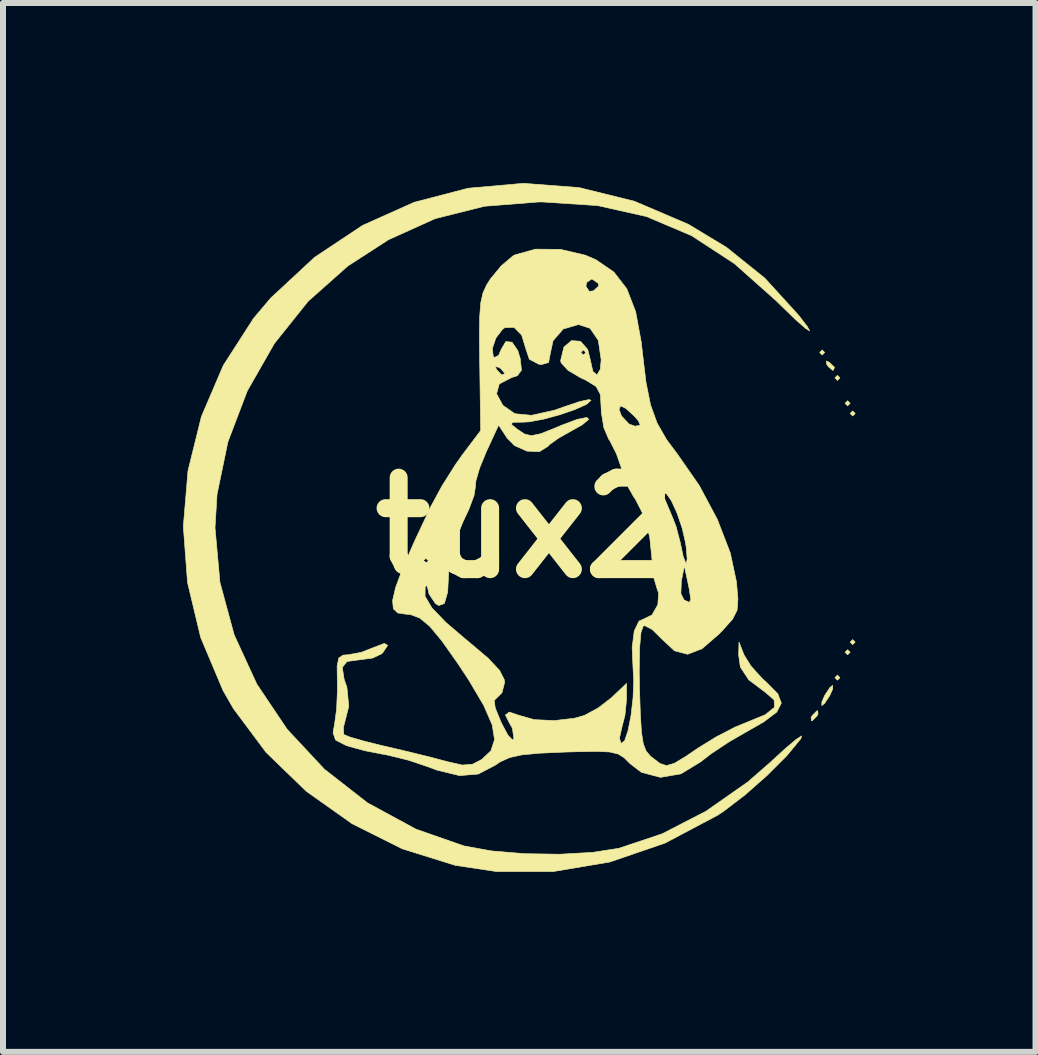
<source format=kicad_pcb>
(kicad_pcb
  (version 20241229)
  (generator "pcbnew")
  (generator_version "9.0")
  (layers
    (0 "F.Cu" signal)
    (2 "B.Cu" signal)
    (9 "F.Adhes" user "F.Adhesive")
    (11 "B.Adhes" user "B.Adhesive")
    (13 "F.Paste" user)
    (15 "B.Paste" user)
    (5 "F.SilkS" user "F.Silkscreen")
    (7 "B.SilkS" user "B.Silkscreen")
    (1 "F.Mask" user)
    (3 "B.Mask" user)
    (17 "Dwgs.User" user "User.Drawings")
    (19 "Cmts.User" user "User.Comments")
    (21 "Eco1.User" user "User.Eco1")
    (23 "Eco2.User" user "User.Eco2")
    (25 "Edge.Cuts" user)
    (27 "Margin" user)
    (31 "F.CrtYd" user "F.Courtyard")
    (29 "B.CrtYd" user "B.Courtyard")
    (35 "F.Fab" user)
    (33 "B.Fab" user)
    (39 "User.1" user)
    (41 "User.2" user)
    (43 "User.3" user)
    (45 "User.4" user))
  (footprint "tux2"
    (layer "F.Cu")
    (at 5.698 5.745)
    (property "Reference" "tux2" (at 0 0 0) (layer "F.SilkS") (effects (font (size 1.524 1.524) (thickness 0.3))))
    (attr through_hole)
    (fp_poly (pts (xy 4.995 -2.921) (xy 4.953 -2.879) (xy 4.911 -2.921) (xy 4.953 -2.963) (xy 4.995 -2.921)) (stroke (width 0.01) (type solid)) (fill yes) (layer "F.SilkS"))
    (fp_poly (pts (xy 5.249 -2.498) (xy 5.207 -2.455) (xy 5.165 -2.498) (xy 5.207 -2.54) (xy 5.249 -2.498)) (stroke (width 0.01) (type solid)) (fill yes) (layer "F.SilkS"))
    (fp_poly (pts (xy 5.249 2.498) (xy 5.207 2.54) (xy 5.165 2.498) (xy 5.207 2.455) (xy 5.249 2.498)) (stroke (width 0.01) (type solid)) (fill yes) (layer "F.SilkS"))
    (fp_poly (pts (xy 5.419 -2.074) (xy 5.376 -2.032) (xy 5.334 -2.074) (xy 5.376 -2.117) (xy 5.419 -2.074)) (stroke (width 0.01) (type solid)) (fill yes) (layer "F.SilkS"))
    (fp_poly (pts (xy 5.419 2.074) (xy 5.376 2.117) (xy 5.334 2.074) (xy 5.376 2.032) (xy 5.419 2.074)) (stroke (width 0.01) (type solid)) (fill yes) (layer "F.SilkS"))
    (fp_poly (pts (xy 5.503 -1.905) (xy 5.461 -1.863) (xy 5.419 -1.905) (xy 5.461 -1.947) (xy 5.503 -1.905)) (stroke (width 0.01) (type solid)) (fill yes) (layer "F.SilkS"))
    (fp_poly (pts (xy 5.503 1.905) (xy 5.461 1.947) (xy 5.419 1.905) (xy 5.461 1.863) (xy 5.503 1.905)) (stroke (width 0.01) (type solid)) (fill yes) (layer "F.SilkS"))
    (fp_poly (pts (xy 5.067 -2.76) (xy 5.158 -2.675) (xy 5.139 -2.625) (xy 5.127 -2.625) (xy 5.056 -2.685) (xy 5.03 -2.722) (xy 5.02 -2.78) (xy 5.067 -2.76)) (stroke (width 0.01) (type solid)) (fill yes) (layer "F.SilkS"))
    (fp_poly (pts (xy 4.884 3.103) (xy 4.868 3.133) (xy 4.789 3.214) (xy 4.774 3.217) (xy 4.768 3.163) (xy 4.784 3.133) (xy 4.863 3.052) (xy 4.878 3.048) (xy 4.884 3.103)) (stroke (width 0.01) (type solid)) (fill yes) (layer "F.SilkS"))
    (fp_poly (pts (xy 5.128 2.687) (xy 5.08 2.794) (xy 4.993 2.927) (xy 4.947 2.963) (xy 4.948 2.901) (xy 4.995 2.794) (xy 5.083 2.661) (xy 5.128 2.625) (xy 5.128 2.687)) (stroke (width 0.01) (type solid)) (fill yes) (layer "F.SilkS"))
    (fp_poly (pts (xy 0.903 -5.669) (xy 1.825 -5.441) (xy 2.723 -5.057) (xy 3.356 -4.675) (xy 3.997 -4.16) (xy 4.566 -3.535) (xy 4.707 -3.35) (xy 4.744 -3.281) (xy 4.677 -3.322) (xy 4.517 -3.462) (xy 4.281 -3.69) (xy 4.191 -3.779) (xy 3.49 -4.402) (xy 2.778 -4.867) (xy 2.027 -5.186) (xy 1.211 -5.369) (xy 0.302 -5.429) (xy 0.223 -5.429) (xy -0.674 -5.358) (xy -1.496 -5.152) (xy -2.275 -4.8) (xy -2.952 -4.362) (xy -3.613 -3.775) (xy -4.176 -3.071) (xy -4.627 -2.281) (xy -4.95 -1.433) (xy -5.131 -0.559) (xy -5.165 0) (xy -5.083 0.909) (xy -4.846 1.784) (xy -4.468 2.606) (xy -3.963 3.358) (xy -3.343 4.023) (xy -2.624 4.584) (xy -1.817 5.022) (xy -1.016 5.302) (xy -0.558 5.385) (xy -0.005 5.431) (xy 0.58 5.44) (xy 1.129 5.409) (xy 1.566 5.341) (xy 2.288 5.099) (xy 3.019 4.722) (xy 3.716 4.234) (xy 4.087 3.91) (xy 4.339 3.679) (xy 4.519 3.527) (xy 4.61 3.468) (xy 4.597 3.514) (xy 4.596 3.516) (xy 4.362 3.8) (xy 4.036 4.126) (xy 3.669 4.45) (xy 3.312 4.723) (xy 3.211 4.79) (xy 2.333 5.255) (xy 1.412 5.57) (xy 0.468 5.729) (xy -0.478 5.728) (xy -1.163 5.625) (xy -2.044 5.35) (xy -2.88 4.932) (xy -3.645 4.39) (xy -4.313 3.744) (xy -4.858 3.013) (xy -5.031 2.712) (xy -5.403 1.83) (xy -5.623 0.912) (xy -5.693 -0.022) (xy -5.615 -0.951) (xy -5.392 -1.852) (xy -5.027 -2.705) (xy -4.523 -3.489) (xy -4.237 -3.828) (xy -3.506 -4.507) (xy -2.704 -5.04) (xy -1.847 -5.424) (xy -0.949 -5.658) (xy -0.027 -5.74) (xy 0.903 -5.669)) (stroke (width 0.01) (type solid)) (fill yes) (layer "F.SilkS"))
    (fp_poly (pts (xy 0.589 -4.64) (xy 1.005 -4.543) (xy 1.184 -4.466) (xy 1.481 -4.262) (xy 1.697 -3.983) (xy 1.845 -3.6) (xy 1.939 -3.087) (xy 1.956 -2.934) (xy 2.016 -2.43) (xy 2.092 -2.05) (xy 2.202 -1.745) (xy 2.36 -1.469) (xy 2.54 -1.228) (xy 2.904 -0.705) (xy 3.206 -0.14) (xy 3.421 0.418) (xy 3.524 0.899) (xy 3.549 1.187) (xy 3.535 1.373) (xy 3.46 1.522) (xy 3.302 1.7) (xy 3.238 1.767) (xy 2.953 2.014) (xy 2.711 2.108) (xy 2.492 2.05) (xy 2.278 1.851) (xy 2.122 1.696) (xy 1.997 1.631) (xy 1.971 1.637) (xy 1.933 1.746) (xy 1.91 2.005) (xy 1.904 2.396) (xy 1.909 2.685) (xy 1.923 3.115) (xy 1.942 3.409) (xy 1.972 3.6) (xy 2.019 3.721) (xy 2.091 3.805) (xy 2.12 3.829) (xy 2.251 3.928) (xy 2.359 3.963) (xy 2.489 3.925) (xy 2.685 3.807) (xy 2.88 3.674) (xy 3.186 3.485) (xy 3.505 3.32) (xy 3.689 3.245) (xy 4.005 3.115) (xy 4.158 2.992) (xy 4.152 2.868) (xy 4.006 2.742) (xy 3.728 2.532) (xy 3.589 2.32) (xy 3.561 2.122) (xy 3.567 1.905) (xy 3.65 2.117) (xy 3.765 2.303) (xy 3.956 2.515) (xy 4.031 2.582) (xy 4.214 2.767) (xy 4.272 2.922) (xy 4.196 3.071) (xy 3.976 3.237) (xy 3.713 3.387) (xy 3.398 3.569) (xy 3.101 3.766) (xy 2.924 3.903) (xy 2.598 4.101) (xy 2.257 4.159) (xy 1.94 4.075) (xy 1.75 3.929) (xy 1.652 3.831) (xy 1.551 3.769) (xy 1.41 3.736) (xy 1.191 3.726) (xy 0.857 3.732) (xy 0.653 3.738) (xy 0.234 3.757) (xy -0.057 3.785) (xy -0.258 3.83) (xy -0.41 3.899) (xy -0.498 3.958) (xy -0.779 4.104) (xy -1.09 4.13) (xy -1.471 4.037) (xy -1.609 3.985) (xy -1.938 3.874) (xy -2.286 3.788) (xy -2.371 3.773) (xy -2.667 3.715) (xy -2.935 3.642) (xy -2.992 3.622) (xy -3.156 3.537) (xy -3.198 3.417) (xy -3.172 3.267) (xy -3.139 3.025) (xy -3.125 2.711) (xy -3.127 2.561) (xy -3.13 2.302) (xy -3.103 2.17) (xy -3.031 2.122) (xy -2.947 2.116) (xy -2.728 2.076) (xy -2.519 1.994) (xy -2.343 1.927) (xy -2.288 1.959) (xy -2.369 2.081) (xy -2.388 2.1) (xy -2.539 2.171) (xy -2.762 2.201) (xy -2.769 2.201) (xy -2.966 2.228) (xy -3.044 2.327) (xy -3.013 2.527) (xy -2.967 2.658) (xy -2.936 2.974) (xy -2.976 3.134) (xy -3.025 3.327) (xy -3.02 3.443) (xy -3.017 3.446) (xy -2.915 3.488) (xy -2.692 3.552) (xy -2.39 3.628) (xy -2.308 3.646) (xy -1.937 3.734) (xy -1.578 3.822) (xy -1.306 3.894) (xy -1.292 3.898) (xy -1.043 3.954) (xy -0.873 3.94) (xy -0.72 3.861) (xy -0.567 3.716) (xy -0.507 3.53) (xy -0.546 3.284) (xy -0.687 2.96) (xy -0.935 2.54) (xy -1.123 2.255) (xy -1.383 1.887) (xy -1.584 1.644) (xy -1.751 1.505) (xy -1.908 1.446) (xy -1.99 1.439) (xy -2.119 1.42) (xy -2.193 1.35) (xy -2.206 1.213) (xy -2.189 1.141) (xy -1.665 1.141) (xy -1.552 1.333) (xy -1.315 1.58) (xy -0.942 1.897) (xy -0.93 1.906) (xy -0.612 2.175) (xy -0.423 2.377) (xy -0.344 2.532) (xy -0.339 2.577) (xy -0.383 2.749) (xy -0.455 2.82) (xy -0.512 2.877) (xy -0.495 3.003) (xy -0.4 3.235) (xy -0.391 3.255) (xy -0.283 3.458) (xy -0.207 3.536) (xy -0.184 3.512) (xy -0.21 3.338) (xy -0.259 3.254) (xy -0.326 3.12) (xy -0.262 3.071) (xy -0.097 3.126) (xy 0.153 3.197) (xy 0.486 3.213) (xy 0.823 3.174) (xy 0.989 3.127) (xy 1.217 3.005) (xy 1.446 2.829) (xy 1.46 2.815) (xy 1.693 2.593) (xy 1.693 2.857) (xy 1.666 3.126) (xy 1.612 3.336) (xy 1.575 3.507) (xy 1.601 3.593) (xy 1.66 3.551) (xy 1.717 3.383) (xy 1.767 3.131) (xy 1.801 2.838) (xy 1.813 2.548) (xy 1.802 2.355) (xy 1.786 1.997) (xy 1.821 1.72) (xy 1.901 1.555) (xy 1.971 1.524) (xy 2.118 1.452) (xy 2.214 1.282) (xy 2.227 1.098) (xy 2.598 1.098) (xy 2.651 1.202) (xy 2.737 1.243) (xy 2.764 1.198) (xy 2.74 1.034) (xy 2.719 0.931) (xy 2.656 0.635) (xy 2.606 0.889) (xy 2.598 1.098) (xy 2.227 1.098) (xy 2.227 1.087) (xy 2.203 1.02) (xy 2.146 0.829) (xy 2.117 0.571) (xy 2.117 0.526) (xy 2.079 0.155) (xy 1.979 -0.205) (xy 1.838 -0.48) (xy 1.816 -0.508) (xy 1.781 -0.571) (xy 2.321 -0.571) (xy 2.33 -0.479) (xy 2.403 -0.305) (xy 2.412 -0.288) (xy 2.516 -0.029) (xy 2.592 0.262) (xy 2.594 0.275) (xy 2.637 0.479) (xy 2.68 0.587) (xy 2.689 0.593) (xy 2.703 0.519) (xy 2.688 0.332) (xy 2.675 0.245) (xy 2.619 0.002) (xy 2.534 -0.245) (xy 2.441 -0.449) (xy 2.36 -0.565) (xy 2.321 -0.571) (xy 1.781 -0.571) (xy 1.725 -0.669) (xy 1.634 -0.91) (xy 1.615 -0.974) (xy 1.524 -1.234) (xy 1.417 -1.446) (xy 1.396 -1.477) (xy 1.315 -1.666) (xy 1.272 -1.928) (xy 1.271 -1.971) (xy 1.568 -1.971) (xy 1.609 -1.863) (xy 1.736 -1.728) (xy 1.836 -1.693) (xy 1.921 -1.709) (xy 1.891 -1.781) (xy 1.82 -1.863) (xy 1.681 -1.989) (xy 1.593 -2.032) (xy 1.568 -1.971) (xy 1.271 -1.971) (xy 1.27 -1.993) (xy 1.257 -2.22) (xy 1.187 -2.353) (xy 1.018 -2.458) (xy 0.931 -2.498) (xy 0.718 -2.623) (xy 0.603 -2.749) (xy 0.594 -2.786) (xy 0.627 -2.921) (xy 0.931 -2.921) (xy 0.974 -2.879) (xy 1.016 -2.921) (xy 0.974 -2.963) (xy 0.931 -2.921) (xy 0.627 -2.921) (xy 0.649 -3.011) (xy 0.776 -3.119) (xy 0.924 -3.108) (xy 1.045 -2.973) (xy 1.085 -2.814) (xy 1.132 -2.606) (xy 1.2 -2.547) (xy 1.255 -2.64) (xy 1.27 -2.8) (xy 1.222 -3.123) (xy 1.085 -3.324) (xy 0.892 -3.387) (xy 0.637 -3.312) (xy 0.468 -3.117) (xy 0.423 -2.909) (xy 0.394 -2.754) (xy 0.277 -2.72) (xy 0.233 -2.725) (xy 0.073 -2.808) (xy 0.016 -2.978) (xy -0.055 -3.211) (xy -0.182 -3.34) (xy -0.333 -3.336) (xy -0.372 -3.31) (xy -0.485 -3.162) (xy -0.544 -2.986) (xy -0.528 -2.855) (xy -0.51 -2.837) (xy -0.439 -2.872) (xy -0.396 -2.973) (xy -0.318 -3.104) (xy -0.215 -3.092) (xy -0.119 -2.952) (xy -0.078 -2.815) (xy -0.058 -2.626) (xy -0.125 -2.536) (xy -0.227 -2.501) (xy -0.428 -2.397) (xy -0.473 -2.233) (xy -0.368 -2.04) (xy -0.168 -1.901) (xy 0.111 -1.874) (xy 0.491 -1.959) (xy 0.676 -2.024) (xy 0.91 -2.103) (xy 1.064 -2.136) (xy 1.101 -2.125) (xy 1.026 -2.057) (xy 0.835 -1.971) (xy 0.579 -1.883) (xy 0.306 -1.809) (xy 0.066 -1.765) (xy -0.032 -1.76) (xy -0.205 -1.758) (xy -0.228 -1.725) (xy -0.132 -1.645) (xy -0.006 -1.562) (xy 0.108 -1.535) (xy 0.261 -1.567) (xy 0.504 -1.663) (xy 0.601 -1.705) (xy 0.873 -1.807) (xy 1.032 -1.839) (xy 1.062 -1.806) (xy 0.953 -1.715) (xy 0.776 -1.616) (xy 0.557 -1.492) (xy 0.409 -1.386) (xy 0.382 -1.356) (xy 0.241 -1.269) (xy 0.035 -1.277) (xy -0.172 -1.369) (xy -0.294 -1.49) (xy -0.439 -1.711) (xy -0.646 -1.263) (xy -0.755 -0.997) (xy -0.818 -0.779) (xy -0.826 -0.683) (xy -0.848 -0.54) (xy -0.934 -0.308) (xy -1.034 -0.097) (xy -1.215 0.355) (xy -1.27 0.721) (xy -1.288 1.072) (xy -1.343 1.262) (xy -1.437 1.296) (xy -1.492 1.262) (xy -1.598 1.105) (xy -1.615 1.027) (xy -1.638 0.955) (xy -1.663 0.99) (xy -1.665 1.141) (xy -2.189 1.141) (xy -2.155 0.993) (xy -2.069 0.762) (xy -1.778 0.762) (xy -1.747 0.832) (xy -1.722 0.818) (xy -1.711 0.718) (xy -1.722 0.706) (xy -1.772 0.717) (xy -1.778 0.762) (xy -2.069 0.762) (xy -2.037 0.674) (xy -1.983 0.55) (xy -1.693 0.55) (xy -1.651 0.593) (xy -1.609 0.55) (xy -1.651 0.508) (xy -1.693 0.55) (xy -1.983 0.55) (xy -1.847 0.239) (xy -1.581 -0.328) (xy -1.566 -0.36) (xy -1.554 -0.381) (xy -1.355 -0.381) (xy -1.312 -0.339) (xy -1.27 -0.381) (xy -1.312 -0.423) (xy -1.355 -0.381) (xy -1.554 -0.381) (xy -1.384 -0.695) (xy -1.16 -1.051) (xy -1.046 -1.212) (xy -0.738 -1.62) (xy -0.753 -2.685) (xy -0.494 -2.685) (xy -0.474 -2.638) (xy -0.389 -2.547) (xy -0.339 -2.566) (xy -0.339 -2.577) (xy -0.399 -2.649) (xy -0.436 -2.675) (xy -0.494 -2.685) (xy -0.753 -2.685) (xy -0.754 -2.739) (xy -0.759 -3.199) (xy -0.754 -3.525) (xy -0.736 -3.752) (xy -0.7 -3.912) (xy -0.649 -4.024) (xy 1.016 -4.024) (xy 1.072 -3.939) (xy 1.143 -3.949) (xy 1.228 -4.028) (xy 1.222 -4.073) (xy 1.115 -4.147) (xy 1.028 -4.089) (xy 1.016 -4.024) (xy -0.649 -4.024) (xy -0.641 -4.043) (xy -0.573 -4.15) (xy -0.394 -4.366) (xy -0.203 -4.528) (xy -0.167 -4.548) (xy 0.176 -4.643) (xy 0.589 -4.64)) (stroke (width 0.01) (type solid)) (fill yes) (layer "F.SilkS")))
  (gr_rect
    (start -3 -3)
    (end 14.206 14.479)
    (stroke (width 0.1) (type default))
    (fill no)
    (layer "Edge.Cuts")))
</source>
